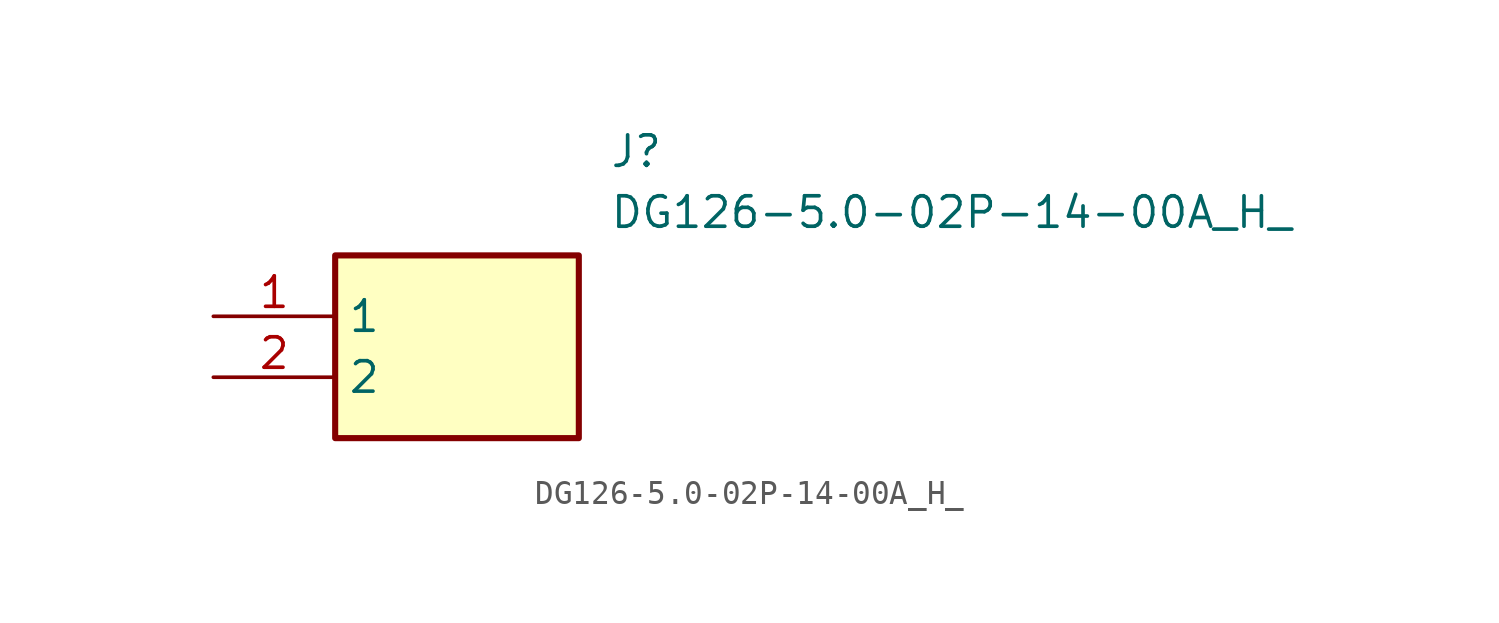
<source format=kicad_sym>
(kicad_symbol_lib
  (version 20211014)
  (generator SamacSys_ECAD_Model)
  (symbol "DG126-5.0-02P-14-00A_H_"
    (property "Reference" "J"
      (at 16.51 7.62 0)
      (effects (font (size 1.27 1.27)) (justify left top)))
    (property "Value" "DG126-5.0-02P-14-00A_H_"
      (at 16.51 5.08 0)
      (effects (font (size 1.27 1.27)) (justify left top)))
    (rectangle
      (start 5.08 2.54)
      (end 15.24 -5.08)
      (stroke (width 0.254) (type default))
      (fill (type background)))
    (pin passive line
      (at 0 0 0)
      (length 5.08)
      (name "1" (effects (font (size 1.27 1.27))))
      (number "1" (effects (font (size 1.27 1.27)))))
    (pin passive line
      (at 0 -2.54 0)
      (length 5.08)
      (name "2" (effects (font (size 1.27 1.27))))
      (number "2" (effects (font (size 1.27 1.27)))))))
</source>
